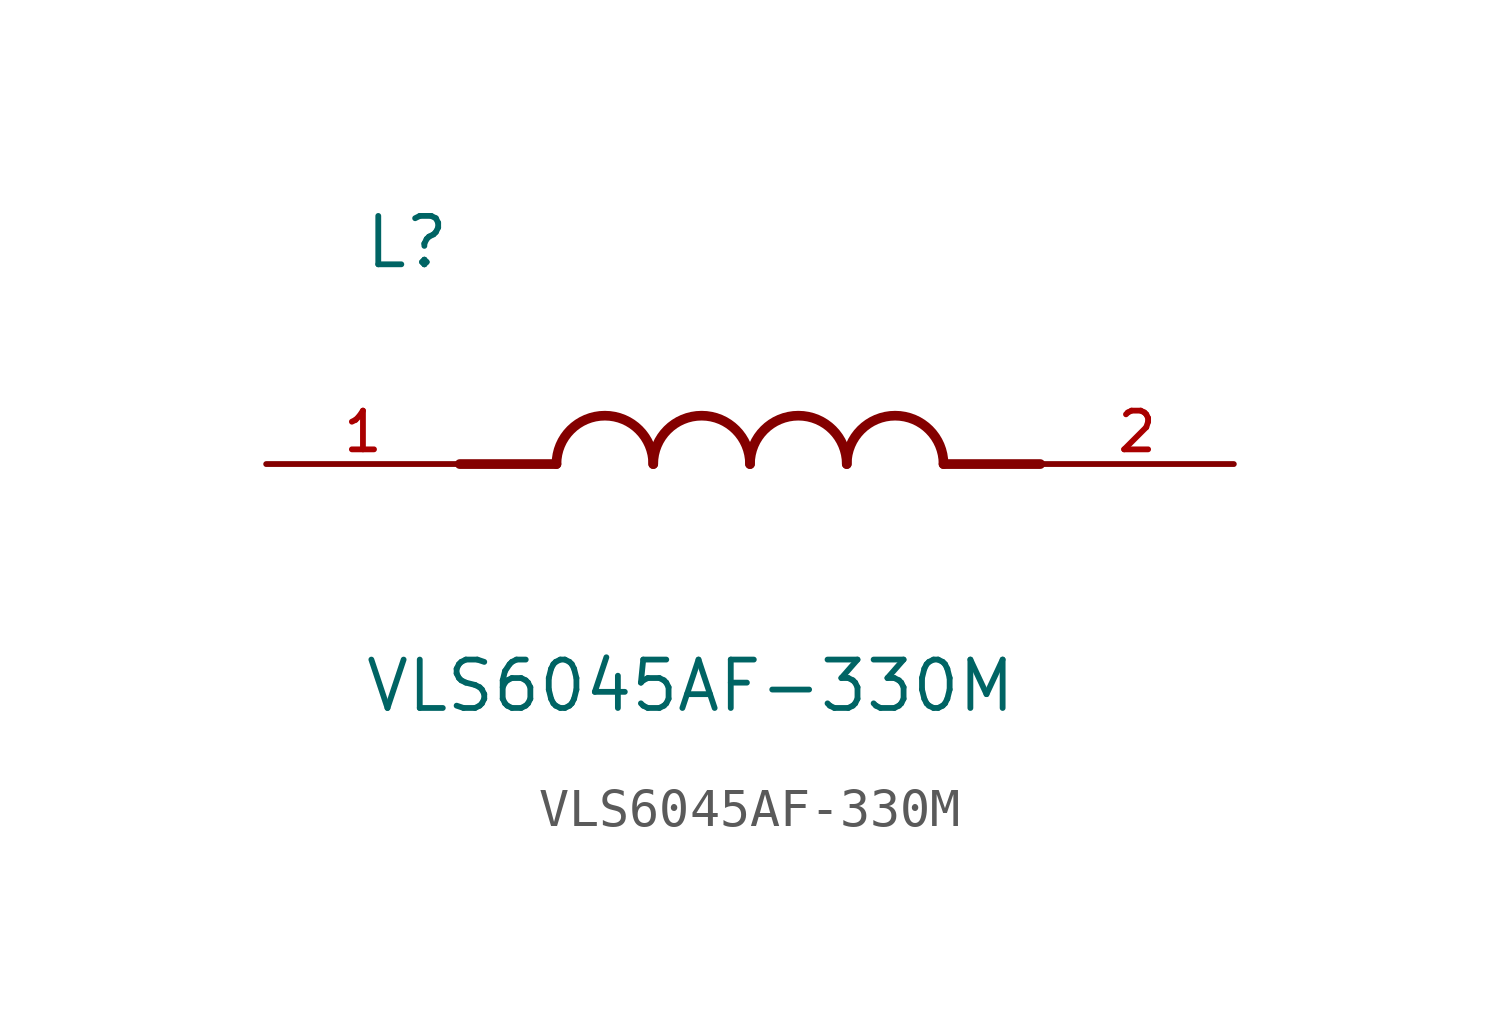
<source format=kicad_sym>
(kicad_symbol_lib
  (version 20211014)
  (generator kicad_symbol_editor)
  (symbol "VLS6045AF-330M"
    (pin_names
      (offset 1.016))
    (property "Reference" "L"
      (at -10.16 5.08 0)
      (effects (font (size 1.27 1.27)) (justify bottom left)))
    (property "Value" "VLS6045AF-330M"
      (at -10.16 -5.08 0)
      (effects (font (size 1.27 1.27)) (justify top left)))
    (symbol "VLS6045AF-330M_0_0"
      (polyline (pts (xy -5.08 0.0) (xy -7.62 0.0)) (stroke (width 0.254)))
      (polyline (pts (xy 5.08 0.0) (xy 7.62 0.0)) (stroke (width 0.254)))
      (arc (start -2.54 0.0) (mid -3.81 1.27) (end -5.08 0.0) (stroke (width 0.254) (type default) (color 0 0 0 0)) (fill (type none)))
      (arc (start 0.0 0.0) (mid -1.27 1.27) (end -2.54 0.0) (stroke (width 0.254) (type default) (color 0 0 0 0)) (fill (type none)))
      (arc (start 2.54 0.0) (mid 1.27 1.27) (end 0.0 0.0) (stroke (width 0.254) (type default) (color 0 0 0 0)) (fill (type none)))
      (arc (start 5.08 0.0) (mid 3.81 1.27) (end 2.54 0.0) (stroke (width 0.254) (type default) (color 0 0 0 0)) (fill (type none)))
      (pin passive line (at -12.7 0.0 0) (length 5.08) (name "~" (effects (font (size 1.016 1.016)))) (number "1" (effects (font (size 1.016 1.016)))))
      (pin passive line (at 12.7 0.0 180.0) (length 5.08) (name "~" (effects (font (size 1.016 1.016)))) (number "2" (effects (font (size 1.016 1.016))))))))
</source>
